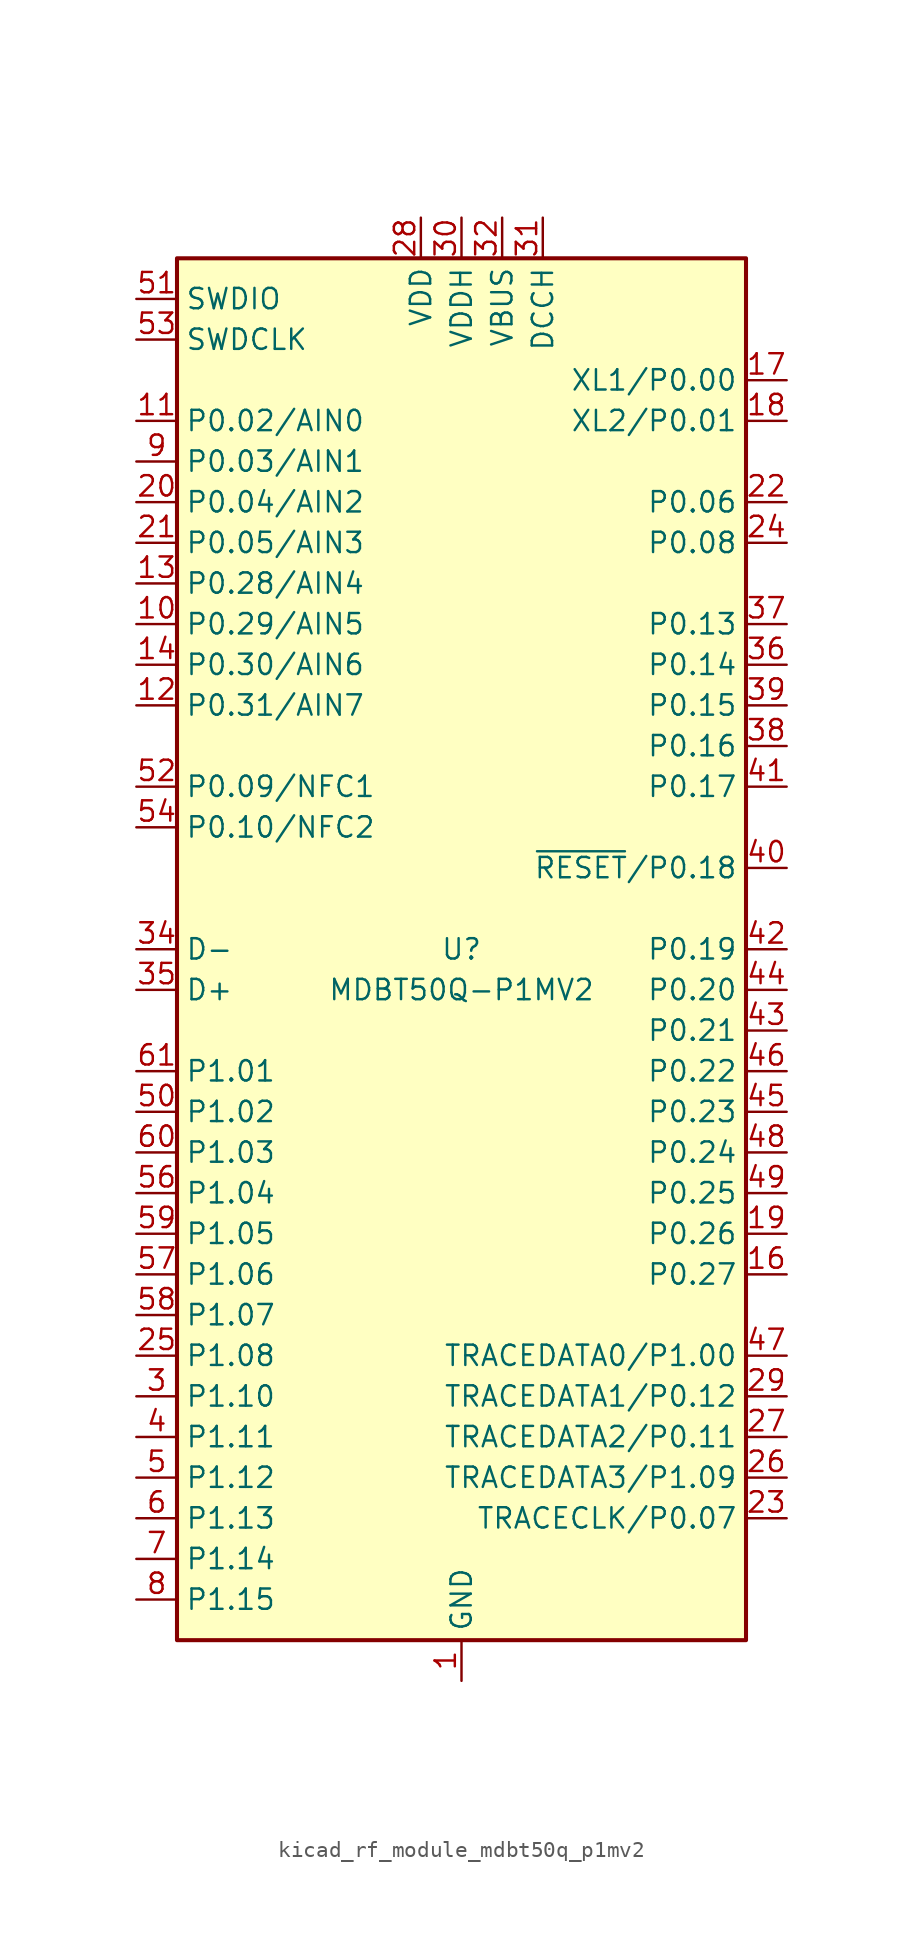
<source format=kicad_sym>
(kicad_symbol_lib
  (version 20220914)
  (generator kicad_symbol_editor)
  (symbol "kicad_rf_module_mdbt50q_p1mv2"
    (property "Reference" "U"
      (at 0 0 0)
      (effects (font (size 1.27 1.27))))
    (property "Value" "MDBT50Q-P1MV2"
      (at 0 -2.54 0)
      (effects (font (size 1.27 1.27))))
    (symbol "kicad_rf_module_mdbt50q_p1mv2_0_1"
      (rectangle (start -17.78 43.18) (end 17.78 -43.18) (stroke (width 0.254) (type default)) (fill (type background))))
    (symbol "kicad_rf_module_mdbt50q_p1mv2_1_1"
      (pin power_in line (at 0 -45.72 90) (length 2.54) (name "GND" (effects (font (size 1.27 1.27)))) (number "1" (effects (font (size 1.27 1.27)))))
      (pin bidirectional line (at -20.32 20.32 0) (length 2.54) (name "P0.29/AIN5" (effects (font (size 1.27 1.27)))) (number "10" (effects (font (size 1.27 1.27)))))
      (pin bidirectional line (at -20.32 33.02 0) (length 2.54) (name "P0.02/AIN0" (effects (font (size 1.27 1.27)))) (number "11" (effects (font (size 1.27 1.27)))))
      (pin bidirectional line (at -20.32 15.24 0) (length 2.54) (name "P0.31/AIN7" (effects (font (size 1.27 1.27)))) (number "12" (effects (font (size 1.27 1.27)))))
      (pin bidirectional line (at -20.32 22.86 0) (length 2.54) (name "P0.28/AIN4" (effects (font (size 1.27 1.27)))) (number "13" (effects (font (size 1.27 1.27)))))
      (pin bidirectional line (at -20.32 17.78 0) (length 2.54) (name "P0.30/AIN6" (effects (font (size 1.27 1.27)))) (number "14" (effects (font (size 1.27 1.27)))))
      (pin passive line (at 0 -45.72 90) (length 2.54) hide (name "GND" (effects (font (size 1.27 1.27)))) (number "15" (effects (font (size 1.27 1.27)))))
      (pin bidirectional line (at 20.32 -20.32 180) (length 2.54) (name "P0.27" (effects (font (size 1.27 1.27)))) (number "16" (effects (font (size 1.27 1.27)))))
      (pin bidirectional line (at 20.32 35.56 180) (length 2.54) (name "XL1/P0.00" (effects (font (size 1.27 1.27)))) (number "17" (effects (font (size 1.27 1.27)))))
      (pin bidirectional line (at 20.32 33.02 180) (length 2.54) (name "XL2/P0.01" (effects (font (size 1.27 1.27)))) (number "18" (effects (font (size 1.27 1.27)))))
      (pin bidirectional line (at 20.32 -17.78 180) (length 2.54) (name "P0.26" (effects (font (size 1.27 1.27)))) (number "19" (effects (font (size 1.27 1.27)))))
      (pin passive line (at 0 -45.72 90) (length 2.54) hide (name "GND" (effects (font (size 1.27 1.27)))) (number "2" (effects (font (size 1.27 1.27)))))
      (pin bidirectional line (at -20.32 27.94 0) (length 2.54) (name "P0.04/AIN2" (effects (font (size 1.27 1.27)))) (number "20" (effects (font (size 1.27 1.27)))))
      (pin bidirectional line (at -20.32 25.4 0) (length 2.54) (name "P0.05/AIN3" (effects (font (size 1.27 1.27)))) (number "21" (effects (font (size 1.27 1.27)))))
      (pin bidirectional line (at 20.32 27.94 180) (length 2.54) (name "P0.06" (effects (font (size 1.27 1.27)))) (number "22" (effects (font (size 1.27 1.27)))))
      (pin bidirectional line (at 20.32 -35.56 180) (length 2.54) (name "TRACECLK/P0.07" (effects (font (size 1.27 1.27)))) (number "23" (effects (font (size 1.27 1.27)))))
      (pin bidirectional line (at 20.32 25.4 180) (length 2.54) (name "P0.08" (effects (font (size 1.27 1.27)))) (number "24" (effects (font (size 1.27 1.27)))))
      (pin bidirectional line (at -20.32 -25.4 0) (length 2.54) (name "P1.08" (effects (font (size 1.27 1.27)))) (number "25" (effects (font (size 1.27 1.27)))))
      (pin bidirectional line (at 20.32 -33.02 180) (length 2.54) (name "TRACEDATA3/P1.09" (effects (font (size 1.27 1.27)))) (number "26" (effects (font (size 1.27 1.27)))))
      (pin bidirectional line (at 20.32 -30.48 180) (length 2.54) (name "TRACEDATA2/P0.11" (effects (font (size 1.27 1.27)))) (number "27" (effects (font (size 1.27 1.27)))))
      (pin power_in line (at -2.54 45.72 270) (length 2.54) (name "VDD" (effects (font (size 1.27 1.27)))) (number "28" (effects (font (size 1.27 1.27)))))
      (pin bidirectional line (at 20.32 -27.94 180) (length 2.54) (name "TRACEDATA1/P0.12" (effects (font (size 1.27 1.27)))) (number "29" (effects (font (size 1.27 1.27)))))
      (pin bidirectional line (at -20.32 -27.94 0) (length 2.54) (name "P1.10" (effects (font (size 1.27 1.27)))) (number "3" (effects (font (size 1.27 1.27)))))
      (pin power_in line (at 0 45.72 270) (length 2.54) (name "VDDH" (effects (font (size 1.27 1.27)))) (number "30" (effects (font (size 1.27 1.27)))))
      (pin power_out line (at 5.08 45.72 270) (length 2.54) (name "DCCH" (effects (font (size 1.27 1.27)))) (number "31" (effects (font (size 1.27 1.27)))))
      (pin power_in line (at 2.54 45.72 270) (length 2.54) (name "VBUS" (effects (font (size 1.27 1.27)))) (number "32" (effects (font (size 1.27 1.27)))))
      (pin passive line (at 0 -45.72 90) (length 2.54) hide (name "GND" (effects (font (size 1.27 1.27)))) (number "33" (effects (font (size 1.27 1.27)))))
      (pin bidirectional line (at -20.32 0 0) (length 2.54) (name "D-" (effects (font (size 1.27 1.27)))) (number "34" (effects (font (size 1.27 1.27)))))
      (pin bidirectional line (at -20.32 -2.54 0) (length 2.54) (name "D+" (effects (font (size 1.27 1.27)))) (number "35" (effects (font (size 1.27 1.27)))))
      (pin bidirectional line (at 20.32 17.78 180) (length 2.54) (name "P0.14" (effects (font (size 1.27 1.27)))) (number "36" (effects (font (size 1.27 1.27)))))
      (pin bidirectional line (at 20.32 20.32 180) (length 2.54) (name "P0.13" (effects (font (size 1.27 1.27)))) (number "37" (effects (font (size 1.27 1.27)))))
      (pin bidirectional line (at 20.32 12.7 180) (length 2.54) (name "P0.16" (effects (font (size 1.27 1.27)))) (number "38" (effects (font (size 1.27 1.27)))))
      (pin bidirectional line (at 20.32 15.24 180) (length 2.54) (name "P0.15" (effects (font (size 1.27 1.27)))) (number "39" (effects (font (size 1.27 1.27)))))
      (pin bidirectional line (at -20.32 -30.48 0) (length 2.54) (name "P1.11" (effects (font (size 1.27 1.27)))) (number "4" (effects (font (size 1.27 1.27)))))
      (pin bidirectional line (at 20.32 5.08 180) (length 2.54) (name "~{RESET}/P0.18" (effects (font (size 1.27 1.27)))) (number "40" (effects (font (size 1.27 1.27)))))
      (pin bidirectional line (at 20.32 10.16 180) (length 2.54) (name "P0.17" (effects (font (size 1.27 1.27)))) (number "41" (effects (font (size 1.27 1.27)))))
      (pin bidirectional line (at 20.32 0 180) (length 2.54) (name "P0.19" (effects (font (size 1.27 1.27)))) (number "42" (effects (font (size 1.27 1.27)))))
      (pin bidirectional line (at 20.32 -5.08 180) (length 2.54) (name "P0.21" (effects (font (size 1.27 1.27)))) (number "43" (effects (font (size 1.27 1.27)))))
      (pin bidirectional line (at 20.32 -2.54 180) (length 2.54) (name "P0.20" (effects (font (size 1.27 1.27)))) (number "44" (effects (font (size 1.27 1.27)))))
      (pin bidirectional line (at 20.32 -10.16 180) (length 2.54) (name "P0.23" (effects (font (size 1.27 1.27)))) (number "45" (effects (font (size 1.27 1.27)))))
      (pin bidirectional line (at 20.32 -7.62 180) (length 2.54) (name "P0.22" (effects (font (size 1.27 1.27)))) (number "46" (effects (font (size 1.27 1.27)))))
      (pin bidirectional line (at 20.32 -25.4 180) (length 2.54) (name "TRACEDATA0/P1.00" (effects (font (size 1.27 1.27)))) (number "47" (effects (font (size 1.27 1.27)))))
      (pin bidirectional line (at 20.32 -12.7 180) (length 2.54) (name "P0.24" (effects (font (size 1.27 1.27)))) (number "48" (effects (font (size 1.27 1.27)))))
      (pin bidirectional line (at 20.32 -15.24 180) (length 2.54) (name "P0.25" (effects (font (size 1.27 1.27)))) (number "49" (effects (font (size 1.27 1.27)))))
      (pin bidirectional line (at -20.32 -33.02 0) (length 2.54) (name "P1.12" (effects (font (size 1.27 1.27)))) (number "5" (effects (font (size 1.27 1.27)))))
      (pin bidirectional line (at -20.32 -10.16 0) (length 2.54) (name "P1.02" (effects (font (size 1.27 1.27)))) (number "50" (effects (font (size 1.27 1.27)))))
      (pin bidirectional line (at -20.32 40.64 0) (length 2.54) (name "SWDIO" (effects (font (size 1.27 1.27)))) (number "51" (effects (font (size 1.27 1.27)))))
      (pin bidirectional line (at -20.32 10.16 0) (length 2.54) (name "P0.09/NFC1" (effects (font (size 1.27 1.27)))) (number "52" (effects (font (size 1.27 1.27)))))
      (pin input line (at -20.32 38.1 0) (length 2.54) (name "SWDCLK" (effects (font (size 1.27 1.27)))) (number "53" (effects (font (size 1.27 1.27)))))
      (pin bidirectional line (at -20.32 7.62 0) (length 2.54) (name "P0.10/NFC2" (effects (font (size 1.27 1.27)))) (number "54" (effects (font (size 1.27 1.27)))))
      (pin passive line (at 0 -45.72 90) (length 2.54) hide (name "GND" (effects (font (size 1.27 1.27)))) (number "55" (effects (font (size 1.27 1.27)))))
      (pin bidirectional line (at -20.32 -15.24 0) (length 2.54) (name "P1.04" (effects (font (size 1.27 1.27)))) (number "56" (effects (font (size 1.27 1.27)))))
      (pin bidirectional line (at -20.32 -20.32 0) (length 2.54) (name "P1.06" (effects (font (size 1.27 1.27)))) (number "57" (effects (font (size 1.27 1.27)))))
      (pin bidirectional line (at -20.32 -22.86 0) (length 2.54) (name "P1.07" (effects (font (size 1.27 1.27)))) (number "58" (effects (font (size 1.27 1.27)))))
      (pin bidirectional line (at -20.32 -17.78 0) (length 2.54) (name "P1.05" (effects (font (size 1.27 1.27)))) (number "59" (effects (font (size 1.27 1.27)))))
      (pin bidirectional line (at -20.32 -35.56 0) (length 2.54) (name "P1.13" (effects (font (size 1.27 1.27)))) (number "6" (effects (font (size 1.27 1.27)))))
      (pin bidirectional line (at -20.32 -12.7 0) (length 2.54) (name "P1.03" (effects (font (size 1.27 1.27)))) (number "60" (effects (font (size 1.27 1.27)))))
      (pin bidirectional line (at -20.32 -7.62 0) (length 2.54) (name "P1.01" (effects (font (size 1.27 1.27)))) (number "61" (effects (font (size 1.27 1.27)))))
      (pin bidirectional line (at -20.32 -38.1 0) (length 2.54) (name "P1.14" (effects (font (size 1.27 1.27)))) (number "7" (effects (font (size 1.27 1.27)))))
      (pin bidirectional line (at -20.32 -40.64 0) (length 2.54) (name "P1.15" (effects (font (size 1.27 1.27)))) (number "8" (effects (font (size 1.27 1.27)))))
      (pin bidirectional line (at -20.32 30.48 0) (length 2.54) (name "P0.03/AIN1" (effects (font (size 1.27 1.27)))) (number "9" (effects (font (size 1.27 1.27))))))))
</source>
